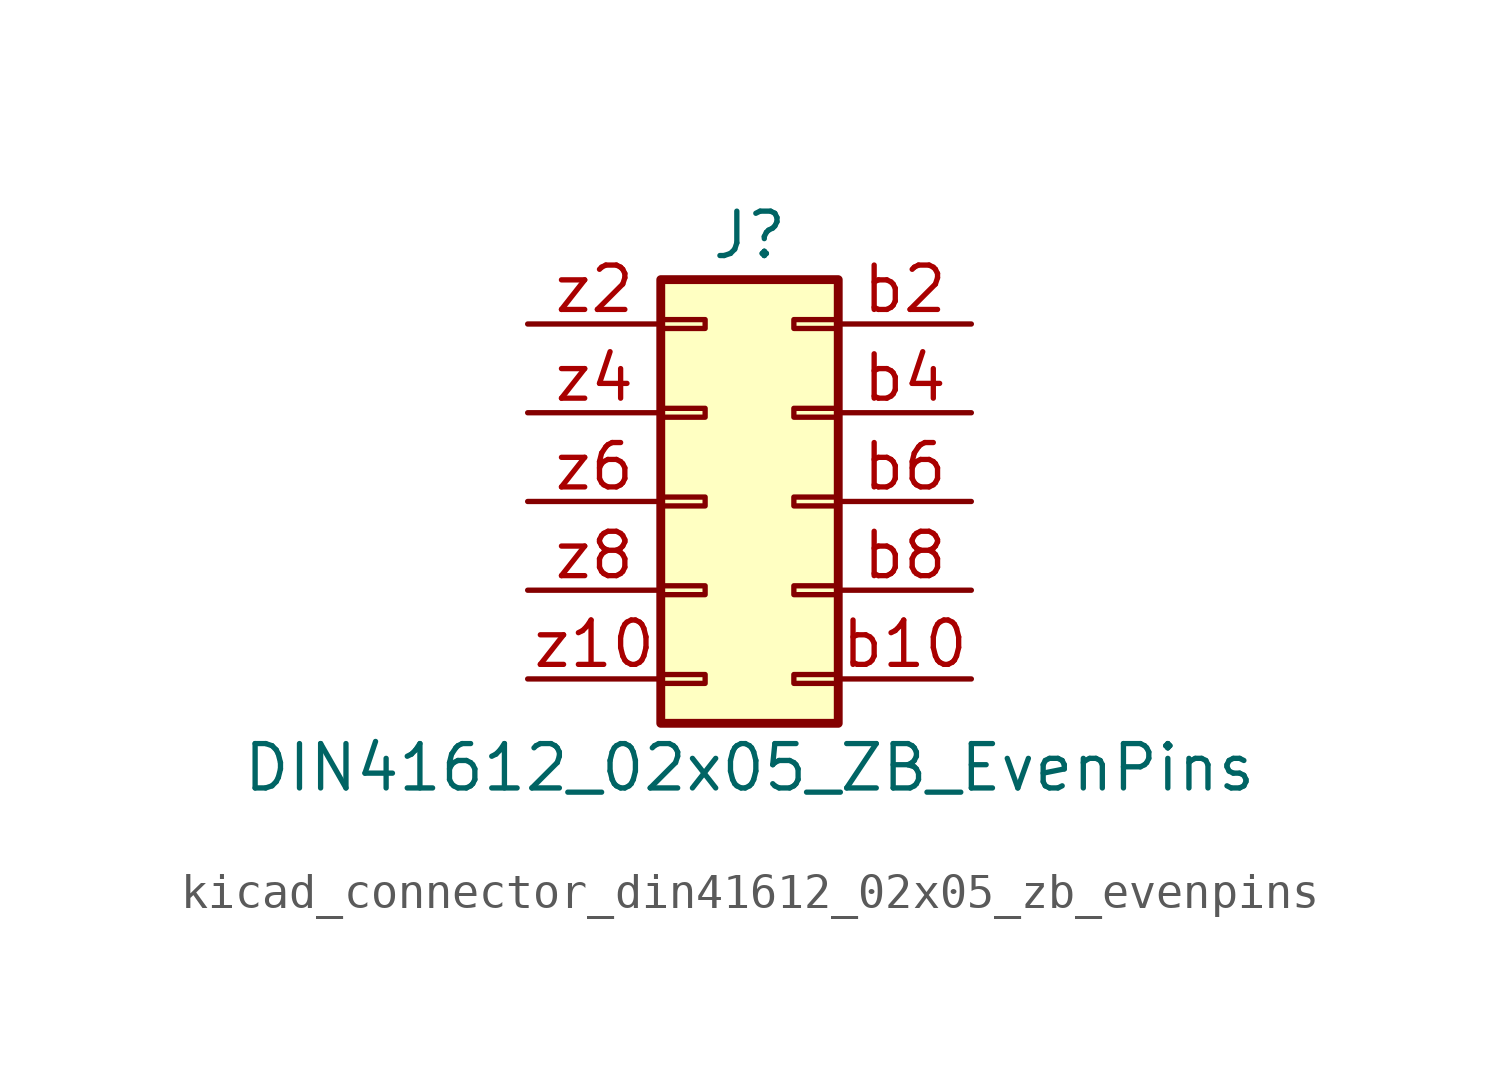
<source format=kicad_sym>
(kicad_symbol_lib
  (version 20220914)
  (generator kicad_symbol_editor)
  (symbol "kicad_connector_din41612_02x05_zb_evenpins"
    (pin_names
      (offset 1.016) hide)
    (property "Reference" "J"
      (at 1.27 7.62 0)
      (effects (font (size 1.27 1.27))))
    (property "Value" "DIN41612_02x05_ZB_EvenPins"
      (at 1.27 -7.62 0)
      (effects (font (size 1.27 1.27))))
    (symbol "kicad_connector_din41612_02x05_zb_evenpins_1_1"
      (rectangle (start -1.27 -4.953) (end 0 -5.207) (stroke (width 0.152) (type default)) (fill (type none)))
      (rectangle (start -1.27 -2.413) (end 0 -2.667) (stroke (width 0.152) (type default)) (fill (type none)))
      (rectangle (start -1.27 0.127) (end 0 -0.127) (stroke (width 0.152) (type default)) (fill (type none)))
      (rectangle (start -1.27 2.667) (end 0 2.413) (stroke (width 0.152) (type default)) (fill (type none)))
      (rectangle (start -1.27 5.207) (end 0 4.953) (stroke (width 0.152) (type default)) (fill (type none)))
      (rectangle (start -1.27 6.35) (end 3.81 -6.35) (stroke (width 0.254) (type default)) (fill (type background)))
      (rectangle (start 3.81 -4.953) (end 2.54 -5.207) (stroke (width 0.152) (type default)) (fill (type none)))
      (rectangle (start 3.81 -2.413) (end 2.54 -2.667) (stroke (width 0.152) (type default)) (fill (type none)))
      (rectangle (start 3.81 0.127) (end 2.54 -0.127) (stroke (width 0.152) (type default)) (fill (type none)))
      (rectangle (start 3.81 2.667) (end 2.54 2.413) (stroke (width 0.152) (type default)) (fill (type none)))
      (rectangle (start 3.81 5.207) (end 2.54 4.953) (stroke (width 0.152) (type default)) (fill (type none)))
      (pin passive line (at 7.62 -5.08 180) (length 3.81) (name "Pin_b10" (effects (font (size 1.27 1.27)))) (number "b10" (effects (font (size 1.27 1.27)))))
      (pin passive line (at 7.62 5.08 180) (length 3.81) (name "Pin_b2" (effects (font (size 1.27 1.27)))) (number "b2" (effects (font (size 1.27 1.27)))))
      (pin passive line (at 7.62 2.54 180) (length 3.81) (name "Pin_b4" (effects (font (size 1.27 1.27)))) (number "b4" (effects (font (size 1.27 1.27)))))
      (pin passive line (at 7.62 0 180) (length 3.81) (name "Pin_b6" (effects (font (size 1.27 1.27)))) (number "b6" (effects (font (size 1.27 1.27)))))
      (pin passive line (at 7.62 -2.54 180) (length 3.81) (name "Pin_b8" (effects (font (size 1.27 1.27)))) (number "b8" (effects (font (size 1.27 1.27)))))
      (pin passive line (at -5.08 -5.08 0) (length 3.81) (name "Pin_z10" (effects (font (size 1.27 1.27)))) (number "z10" (effects (font (size 1.27 1.27)))))
      (pin passive line (at -5.08 5.08 0) (length 3.81) (name "Pin_z2" (effects (font (size 1.27 1.27)))) (number "z2" (effects (font (size 1.27 1.27)))))
      (pin passive line (at -5.08 2.54 0) (length 3.81) (name "Pin_z4" (effects (font (size 1.27 1.27)))) (number "z4" (effects (font (size 1.27 1.27)))))
      (pin passive line (at -5.08 0 0) (length 3.81) (name "Pin_z6" (effects (font (size 1.27 1.27)))) (number "z6" (effects (font (size 1.27 1.27)))))
      (pin passive line (at -5.08 -2.54 0) (length 3.81) (name "Pin_z8" (effects (font (size 1.27 1.27)))) (number "z8" (effects (font (size 1.27 1.27))))))))
</source>
